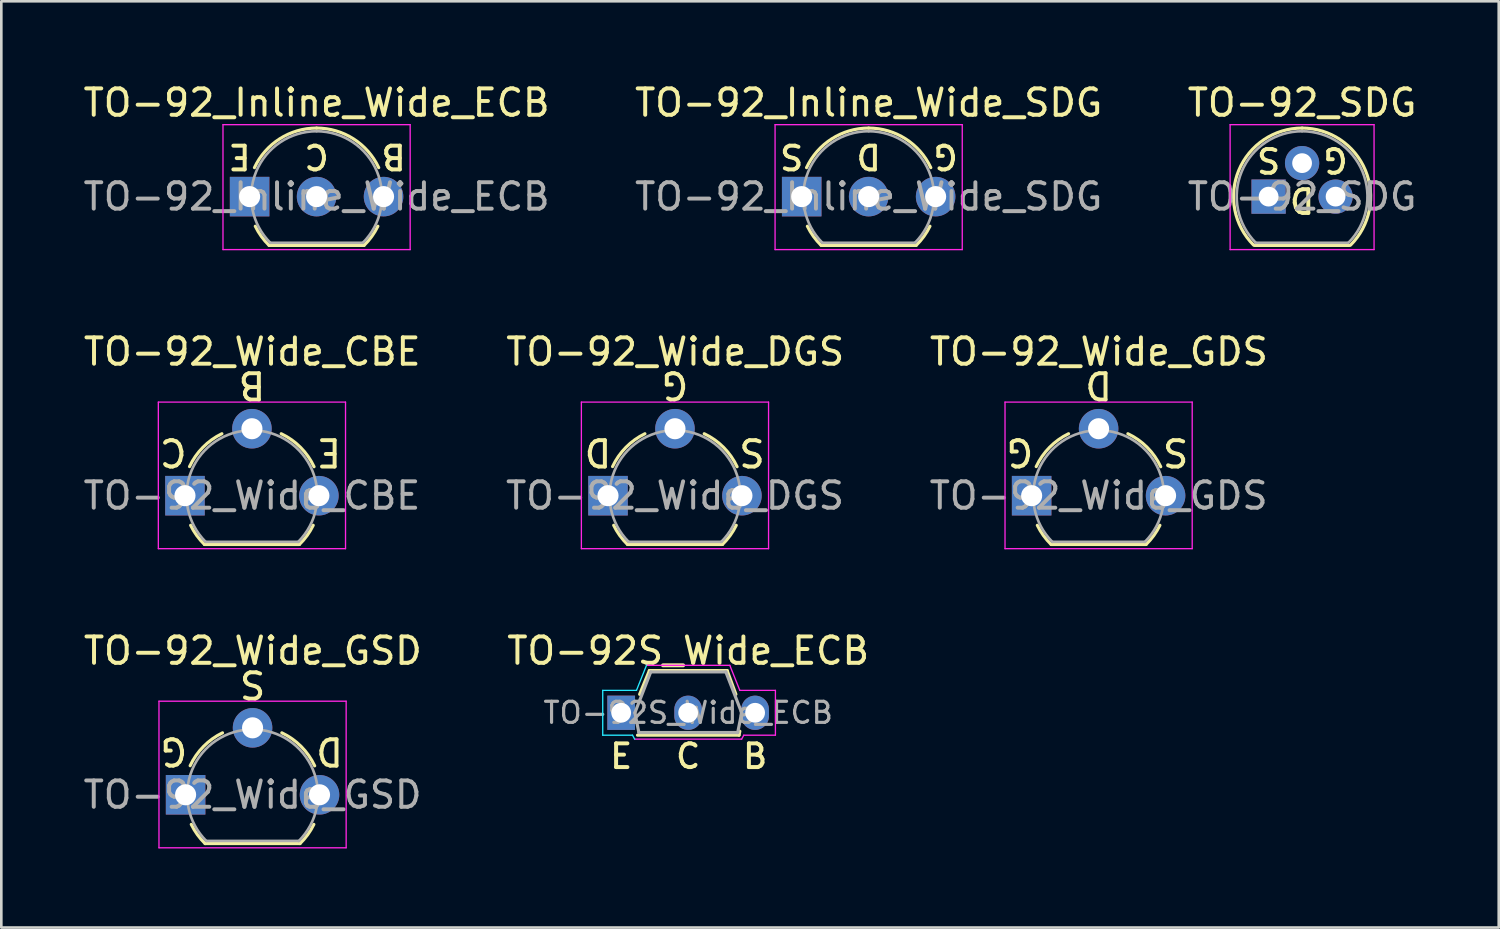
<source format=kicad_pcb>
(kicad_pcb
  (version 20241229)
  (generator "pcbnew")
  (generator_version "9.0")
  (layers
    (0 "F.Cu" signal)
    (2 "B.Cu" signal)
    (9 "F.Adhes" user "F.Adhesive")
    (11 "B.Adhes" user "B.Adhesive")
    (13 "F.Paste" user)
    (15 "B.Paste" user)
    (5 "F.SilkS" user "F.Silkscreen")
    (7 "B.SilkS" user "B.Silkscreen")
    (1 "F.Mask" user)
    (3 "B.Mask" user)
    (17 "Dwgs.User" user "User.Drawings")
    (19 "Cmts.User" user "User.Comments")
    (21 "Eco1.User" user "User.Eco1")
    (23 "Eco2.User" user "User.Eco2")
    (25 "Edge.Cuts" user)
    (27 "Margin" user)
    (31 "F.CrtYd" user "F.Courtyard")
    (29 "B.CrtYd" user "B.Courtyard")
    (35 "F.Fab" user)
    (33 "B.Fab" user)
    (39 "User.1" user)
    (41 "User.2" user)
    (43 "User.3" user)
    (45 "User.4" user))
  (footprint "TO-92_Wide_CBE"
    (layer "F.Cu")
    (at 3.966 15.752)
    (property "Reference" "TO-92_Wide_CBE" (at 2.55 -5.461 0) (layer "F.SilkS") (effects (font (size 1 1) (thickness 0.15))))
    (fp_line (start 0.74 1.85) (end 4.34 1.85) (stroke (width 0.12) (type solid)) (layer "F.SilkS"))
    (fp_arc (start 0.172801 -1.103842) (mid 0.678995 -1.832692) (end 1.4 -2.35) (stroke (width 0.12) (type solid)) (layer "F.SilkS"))
    (fp_arc (start 0.74 1.85) (mid 0.446097 1.509328) (end 0.215816 1.122795) (stroke (width 0.12) (type solid)) (layer "F.SilkS"))
    (fp_arc (start 3.65 -2.35) (mid 4.382279 -1.833196) (end 4.895458 -1.098371) (stroke (width 0.12) (type solid)) (layer "F.SilkS"))
    (fp_arc (start 4.864184 1.122795) (mid 4.633903 1.509328) (end 4.34 1.85) (stroke (width 0.12) (type solid)) (layer "F.SilkS"))
    (fp_line (start -1.01 -3.55) (end -1.01 2.01) (stroke (width 0.05) (type solid)) (layer "F.CrtYd"))
    (fp_line (start -1.01 -3.55) (end 6.09 -3.55) (stroke (width 0.05) (type solid)) (layer "F.CrtYd"))
    (fp_line (start 6.09 2.01) (end -1.01 2.01) (stroke (width 0.05) (type solid)) (layer "F.CrtYd"))
    (fp_line (start 6.09 2.01) (end 6.09 -3.55) (stroke (width 0.05) (type solid)) (layer "F.CrtYd"))
    (fp_line (start 0.8 1.75) (end 4.3 1.75) (stroke (width 0.1) (type solid)) (layer "F.Fab"))
    (fp_arc (start 0.786375 1.753625) (mid 0.248779 -0.949055) (end 2.54 -2.48) (stroke (width 0.1) (type solid)) (layer "F.Fab"))
    (fp_arc (start 2.54 -2.48) (mid 4.831221 -0.949055) (end 4.293625 1.753625) (stroke (width 0.1) (type solid)) (layer "F.Fab"))
    (fp_text user "B" (at 2.54 -4.191 180) (unlocked yes) (layer "F.SilkS") (effects (font (size 1 1) (thickness 0.15))))
    (fp_text user "C" (at -0.445 -1.651 180) (unlocked yes) (layer "F.SilkS") (effects (font (size 1 1) (thickness 0.15))))
    (fp_text user "E" (at 5.461 -1.651 180) (unlocked yes) (layer "F.SilkS") (effects (font (size 1 1) (thickness 0.15))))
    (fp_text user "${REFERENCE}" (at 2.54 0 0) (layer "F.Fab") (effects (font (size 1 1) (thickness 0.15))))
    (pad "1" thru_hole rect (at 0 0 90) (size 1.5 1.5) (drill 0.8) (layers "*.Cu" "*.Mask"))
    (pad "2" thru_hole circle (at 2.54 -2.54 90) (size 1.5 1.5) (drill 0.8) (layers "*.Cu" "*.Mask"))
    (pad "3" thru_hole circle (at 5.08 0 90) (size 1.5 1.5) (drill 0.8) (layers "*.Cu" "*.Mask")))
  (footprint "TO-92_Wide_GSD"
    (layer "F.Cu")
    (at 3.99 27.097)
    (property "Reference" "TO-92_Wide_GSD" (at 2.55 -5.461 0) (layer "F.SilkS") (effects (font (size 1 1) (thickness 0.15))))
    (fp_line (start 0.74 1.85) (end 4.34 1.85) (stroke (width 0.12) (type solid)) (layer "F.SilkS"))
    (fp_arc (start 0.172801 -1.103842) (mid 0.678995 -1.832692) (end 1.4 -2.35) (stroke (width 0.12) (type solid)) (layer "F.SilkS"))
    (fp_arc (start 0.74 1.85) (mid 0.446097 1.509328) (end 0.215816 1.122795) (stroke (width 0.12) (type solid)) (layer "F.SilkS"))
    (fp_arc (start 3.65 -2.35) (mid 4.382279 -1.833196) (end 4.895458 -1.098371) (stroke (width 0.12) (type solid)) (layer "F.SilkS"))
    (fp_arc (start 4.864184 1.122795) (mid 4.633903 1.509328) (end 4.34 1.85) (stroke (width 0.12) (type solid)) (layer "F.SilkS"))
    (fp_line (start -1.01 -3.55) (end -1.01 2.01) (stroke (width 0.05) (type solid)) (layer "F.CrtYd"))
    (fp_line (start -1.01 -3.55) (end 6.09 -3.55) (stroke (width 0.05) (type solid)) (layer "F.CrtYd"))
    (fp_line (start 6.09 2.01) (end -1.01 2.01) (stroke (width 0.05) (type solid)) (layer "F.CrtYd"))
    (fp_line (start 6.09 2.01) (end 6.09 -3.55) (stroke (width 0.05) (type solid)) (layer "F.CrtYd"))
    (fp_line (start 0.8 1.75) (end 4.3 1.75) (stroke (width 0.1) (type solid)) (layer "F.Fab"))
    (fp_arc (start 0.786375 1.753625) (mid 0.248779 -0.949055) (end 2.54 -2.48) (stroke (width 0.1) (type solid)) (layer "F.Fab"))
    (fp_arc (start 2.54 -2.48) (mid 4.831221 -0.949055) (end 4.293625 1.753625) (stroke (width 0.1) (type solid)) (layer "F.Fab"))
    (fp_text user "G" (at -0.445 -1.651 180) (unlocked yes) (layer "F.SilkS") (effects (font (size 1 1) (thickness 0.15))))
    (fp_text user "D" (at 5.461 -1.651 180) (unlocked yes) (layer "F.SilkS") (effects (font (size 1 1) (thickness 0.15))))
    (fp_text user "S" (at 2.54 -4.191 180) (unlocked yes) (layer "F.SilkS") (effects (font (size 1 1) (thickness 0.15))))
    (fp_text user "${REFERENCE}" (at 2.54 0 0) (layer "F.Fab") (effects (font (size 1 1) (thickness 0.15))))
    (pad "1" thru_hole rect (at 0 0 90) (size 1.5 1.5) (drill 0.8) (layers "*.Cu" "*.Mask"))
    (pad "2" thru_hole circle (at 2.54 -2.54 90) (size 1.5 1.5) (drill 0.8) (layers "*.Cu" "*.Mask"))
    (pad "3" thru_hole circle (at 5.08 0 90) (size 1.5 1.5) (drill 0.8) (layers "*.Cu" "*.Mask")))
  (footprint "TO-92S_Wide_ECB"
    (layer "F.Cu")
    (at 20.512 23.986)
    (property "Reference" "TO-92S_Wide_ECB" (at 2.54 -2.35 0) (layer "F.SilkS") (effects (font (size 1 1) (thickness 0.15))))
    (fp_line (start 0.62 0.85) (end 4.47 0.85) (stroke (width 0.12) (type solid)) (layer "F.SilkS"))
    (fp_line (start 1.07 -1.6) (end 0.7 -0.7) (stroke (width 0.12) (type solid)) (layer "F.SilkS"))
    (fp_line (start 4.02 -1.6) (end 1.07 -1.6) (stroke (width 0.12) (type solid)) (layer "F.SilkS"))
    (fp_line (start 4.35 -0.7) (end 4.02 -1.6) (stroke (width 0.12) (type solid)) (layer "F.SilkS"))
    (fp_line (start 4.47 0.85) (end 4.5 0.7) (stroke (width 0.12) (type solid)) (layer "F.SilkS"))
    (fp_line (start -0.7 -0.85) (end -0.7 0.85) (stroke (width 0.05) (type solid)) (layer "B.CrtYd"))
    (fp_line (start -0.7 0.85) (end 0.43 0.85) (stroke (width 0.05) (type solid)) (layer "B.CrtYd"))
    (fp_line (start 0.51 1) (end 0.43 0.85) (stroke (width 0.05) (type solid)) (layer "B.CrtYd"))
    (fp_line (start 0.58 -0.85) (end -0.7 -0.85) (stroke (width 0.05) (type solid)) (layer "B.CrtYd"))
    (fp_line (start 0.58 -0.85) (end 0.96 -1.8) (stroke (width 0.05) (type solid)) (layer "B.CrtYd"))
    (fp_line (start 0.52 1) (end 4.57 1) (stroke (width 0.05) (type solid)) (layer "F.CrtYd"))
    (fp_line (start 4.12 -1.8) (end 0.97 -1.8) (stroke (width 0.05) (type solid)) (layer "F.CrtYd"))
    (fp_line (start 4.5 -0.85) (end 4.12 -1.8) (stroke (width 0.05) (type solid)) (layer "F.CrtYd"))
    (fp_line (start 4.5 -0.85) (end 5.85 -0.85) (stroke (width 0.05) (type solid)) (layer "F.CrtYd"))
    (fp_line (start 4.57 1) (end 4.65 0.85) (stroke (width 0.05) (type solid)) (layer "F.CrtYd"))
    (fp_line (start 5.85 -0.85) (end 5.85 0.85) (stroke (width 0.05) (type solid)) (layer "F.CrtYd"))
    (fp_line (start 5.85 0.85) (end 4.65 0.85) (stroke (width 0.05) (type solid)) (layer "F.CrtYd"))
    (fp_line (start 0.52 0) (end 1.12 -1.55) (stroke (width 0.12) (type solid)) (layer "F.Fab"))
    (fp_line (start 0.67 0.75) (end 0.52 0) (stroke (width 0.12) (type solid)) (layer "F.Fab"))
    (fp_line (start 0.67 0.75) (end 4.42 0.75) (stroke (width 0.12) (type solid)) (layer "F.Fab"))
    (fp_line (start 1.12 -1.55) (end 3.97 -1.55) (stroke (width 0.12) (type solid)) (layer "F.Fab"))
    (fp_line (start 4.42 0.75) (end 4.57 0) (stroke (width 0.12) (type solid)) (layer "F.Fab"))
    (fp_line (start 4.57 0) (end 3.97 -1.55) (stroke (width 0.12) (type solid)) (layer "F.Fab"))
    (fp_text user "E" (at 0 1.651 0) (unlocked yes) (layer "F.SilkS") (effects (font (size 0.9 0.9) (thickness 0.15))))
    (fp_text user "B" (at 5.08 1.651 0) (unlocked yes) (layer "F.SilkS") (effects (font (size 0.9 0.9) (thickness 0.15))))
    (fp_text user "C" (at 2.54 1.651 0) (unlocked yes) (layer "F.SilkS") (effects (font (size 0.9 0.9) (thickness 0.15))))
    (fp_text user "${REFERENCE}" (at 2.54 0 0) (layer "F.Fab") (effects (font (size 0.8 0.8) (thickness 0.12))))
    (pad "1" thru_hole rect (at 0 0 180) (size 1.05 1.3) (drill 0.75) (layers "*.Cu" "*.Mask"))
    (pad "2" thru_hole oval (at 2.54 0 180) (size 1.05 1.3) (drill 0.75) (layers "*.Cu" "*.Mask"))
    (pad "3" thru_hole oval (at 5.08 0 180) (size 1.05 1.3) (drill 0.75) (layers "*.Cu" "*.Mask")))
  (footprint "TO-92_Inline_Wide_ECB"
    (layer "F.Cu")
    (at 6.418 4.408)
    (property "Reference" "TO-92_Inline_Wide_ECB" (at 2.54 -3.56 0) (layer "F.SilkS") (effects (font (size 1 1) (thickness 0.15))))
    (fp_line (start 0.74 1.85) (end 4.34 1.85) (stroke (width 0.12) (type solid)) (layer "F.SilkS"))
    (fp_arc (start 0.1836 -1.098807) (mid 1.143021 -2.192817) (end 2.54 -2.6) (stroke (width 0.12) (type solid)) (layer "F.SilkS"))
    (fp_arc (start 0.74 1.85) (mid 0.446097 1.509328) (end 0.215816 1.122795) (stroke (width 0.12) (type solid)) (layer "F.SilkS"))
    (fp_arc (start 2.54 -2.6) (mid 3.936979 -2.192818) (end 4.8964 -1.098807) (stroke (width 0.12) (type solid)) (layer "F.SilkS"))
    (fp_arc (start 4.864184 1.122795) (mid 4.633903 1.509328) (end 4.34 1.85) (stroke (width 0.12) (type solid)) (layer "F.SilkS"))
    (fp_line (start -1.01 -2.73) (end -1.01 2.01) (stroke (width 0.05) (type solid)) (layer "F.CrtYd"))
    (fp_line (start -1.01 -2.73) (end 6.09 -2.73) (stroke (width 0.05) (type solid)) (layer "F.CrtYd"))
    (fp_line (start 6.09 2.01) (end -1.01 2.01) (stroke (width 0.05) (type solid)) (layer "F.CrtYd"))
    (fp_line (start 6.09 2.01) (end 6.09 -2.73) (stroke (width 0.05) (type solid)) (layer "F.CrtYd"))
    (fp_line (start 0.8 1.75) (end 4.3 1.75) (stroke (width 0.1) (type solid)) (layer "F.Fab"))
    (fp_arc (start 0.786375 1.753625) (mid 0.248779 -0.949055) (end 2.54 -2.48) (stroke (width 0.1) (type solid)) (layer "F.Fab"))
    (fp_arc (start 2.54 -2.48) (mid 4.831221 -0.949055) (end 4.293625 1.753625) (stroke (width 0.1) (type solid)) (layer "F.Fab"))
    (fp_text user "E" (at -0.381 -1.524 180) (unlocked yes) (layer "F.SilkS") (effects (font (size 0.9 0.9) (thickness 0.15))))
    (fp_text user "C" (at 2.54 -1.524 180) (unlocked yes) (layer "F.SilkS") (effects (font (size 0.9 0.9) (thickness 0.15))))
    (fp_text user "B" (at 5.461 -1.524 180) (unlocked yes) (layer "F.SilkS") (effects (font (size 0.9 0.9) (thickness 0.15))))
    (fp_text user "${REFERENCE}" (at 2.54 0 0) (layer "F.Fab") (effects (font (size 1 1) (thickness 0.15))))
    (pad "1" thru_hole rect (at 0 0 90) (size 1.5 1.5) (drill 0.8) (layers "*.Cu" "*.Mask"))
    (pad "2" thru_hole circle (at 2.54 0 90) (size 1.5 1.5) (drill 0.8) (layers "*.Cu" "*.Mask"))
    (pad "3" thru_hole circle (at 5.08 0 90) (size 1.5 1.5) (drill 0.8) (layers "*.Cu" "*.Mask")))
  (footprint "TO-92_Inline_Wide_SDG"
    (layer "F.Cu")
    (at 27.359 4.408)
    (property "Reference" "TO-92_Inline_Wide_SDG" (at 2.54 -3.56 0) (layer "F.SilkS") (effects (font (size 1 1) (thickness 0.15))))
    (fp_line (start 0.74 1.85) (end 4.34 1.85) (stroke (width 0.12) (type solid)) (layer "F.SilkS"))
    (fp_arc (start 0.1836 -1.098807) (mid 1.143021 -2.192817) (end 2.54 -2.6) (stroke (width 0.12) (type solid)) (layer "F.SilkS"))
    (fp_arc (start 0.74 1.85) (mid 0.446097 1.509328) (end 0.215816 1.122795) (stroke (width 0.12) (type solid)) (layer "F.SilkS"))
    (fp_arc (start 2.54 -2.6) (mid 3.936979 -2.192818) (end 4.8964 -1.098807) (stroke (width 0.12) (type solid)) (layer "F.SilkS"))
    (fp_arc (start 4.864184 1.122795) (mid 4.633903 1.509328) (end 4.34 1.85) (stroke (width 0.12) (type solid)) (layer "F.SilkS"))
    (fp_line (start -1.01 -2.73) (end -1.01 2.01) (stroke (width 0.05) (type solid)) (layer "F.CrtYd"))
    (fp_line (start -1.01 -2.73) (end 6.09 -2.73) (stroke (width 0.05) (type solid)) (layer "F.CrtYd"))
    (fp_line (start 6.09 2.01) (end -1.01 2.01) (stroke (width 0.05) (type solid)) (layer "F.CrtYd"))
    (fp_line (start 6.09 2.01) (end 6.09 -2.73) (stroke (width 0.05) (type solid)) (layer "F.CrtYd"))
    (fp_line (start 0.8 1.75) (end 4.3 1.75) (stroke (width 0.1) (type solid)) (layer "F.Fab"))
    (fp_arc (start 0.786375 1.753625) (mid 0.248779 -0.949055) (end 2.54 -2.48) (stroke (width 0.1) (type solid)) (layer "F.Fab"))
    (fp_arc (start 2.54 -2.48) (mid 4.831221 -0.949055) (end 4.293625 1.753625) (stroke (width 0.1) (type solid)) (layer "F.Fab"))
    (fp_text user "D" (at 2.54 -1.524 180) (unlocked yes) (layer "F.SilkS") (effects (font (size 0.9 0.9) (thickness 0.15))))
    (fp_text user "S" (at -0.381 -1.524 180) (unlocked yes) (layer "F.SilkS") (effects (font (size 0.9 0.9) (thickness 0.15))))
    (fp_text user "G" (at 5.461 -1.524 180) (unlocked yes) (layer "F.SilkS") (effects (font (size 0.9 0.9) (thickness 0.15))))
    (fp_text user "${REFERENCE}" (at 2.54 0 0) (layer "F.Fab") (effects (font (size 1 1) (thickness 0.15))))
    (pad "1" thru_hole rect (at 0 0 90) (size 1.5 1.5) (drill 0.8) (layers "*.Cu" "*.Mask"))
    (pad "2" thru_hole circle (at 2.54 0 90) (size 1.5 1.5) (drill 0.8) (layers "*.Cu" "*.Mask"))
    (pad "3" thru_hole circle (at 5.08 0 90) (size 1.5 1.5) (drill 0.8) (layers "*.Cu" "*.Mask")))
  (footprint "TO-92_SDG"
    (layer "F.Cu")
    (at 45.069 4.408)
    (property "Reference" "TO-92_SDG" (at 1.27 -3.56 0) (layer "F.SilkS") (effects (font (size 1 1) (thickness 0.15))))
    (fp_line (start -0.53 1.85) (end 3.07 1.85) (stroke (width 0.12) (type solid)) (layer "F.SilkS"))
    (fp_arc (start -0.568478 1.838478) (mid -1.132087 -0.994977) (end 1.27 -2.6) (stroke (width 0.12) (type solid)) (layer "F.SilkS"))
    (fp_arc (start 1.27 -2.6) (mid 3.672087 -0.994977) (end 3.108478 1.838478) (stroke (width 0.12) (type solid)) (layer "F.SilkS"))
    (fp_line (start -1.46 -2.73) (end -1.46 2.01) (stroke (width 0.05) (type solid)) (layer "F.CrtYd"))
    (fp_line (start -1.46 -2.73) (end 4 -2.73) (stroke (width 0.05) (type solid)) (layer "F.CrtYd"))
    (fp_line (start 4 2.01) (end -1.46 2.01) (stroke (width 0.05) (type solid)) (layer "F.CrtYd"))
    (fp_line (start 4 2.01) (end 4 -2.73) (stroke (width 0.05) (type solid)) (layer "F.CrtYd"))
    (fp_line (start -0.5 1.75) (end 3 1.75) (stroke (width 0.1) (type solid)) (layer "F.Fab"))
    (fp_arc (start -0.483625 1.753625) (mid -1.021221 -0.949055) (end 1.27 -2.48) (stroke (width 0.1) (type solid)) (layer "F.Fab"))
    (fp_arc (start 1.27 -2.48) (mid 3.561221 -0.949055) (end 3.023625 1.753625) (stroke (width 0.1) (type solid)) (layer "F.Fab"))
    (fp_text user "S" (at 0 -1.397 180) (unlocked yes) (layer "F.SilkS") (effects (font (size 0.9 0.9) (thickness 0.15))))
    (fp_text user "D" (at 1.27 0.127 180) (unlocked yes) (layer "F.SilkS") (effects (font (size 0.9 0.9) (thickness 0.15))))
    (fp_text user "G" (at 2.54 -1.397 180) (unlocked yes) (layer "F.SilkS") (effects (font (size 0.9 0.9) (thickness 0.15))))
    (fp_text user "${REFERENCE}" (at 1.27 0 0) (layer "F.Fab") (effects (font (size 1 1) (thickness 0.15))))
    (pad "1" thru_hole rect (at 0 0 90) (size 1.3 1.3) (drill 0.75) (layers "*.Cu" "*.Mask"))
    (pad "2" thru_hole circle (at 1.27 -1.27 90) (size 1.3 1.3) (drill 0.75) (layers "*.Cu" "*.Mask"))
    (pad "3" thru_hole circle (at 2.54 0 90) (size 1.3 1.3) (drill 0.75) (layers "*.Cu" "*.Mask")))
  (footprint "TO-92_Wide_DGS"
    (layer "F.Cu")
    (at 20.012 15.752)
    (property "Reference" "TO-92_Wide_DGS" (at 2.55 -5.461 0) (layer "F.SilkS") (effects (font (size 1 1) (thickness 0.15))))
    (fp_line (start 0.74 1.85) (end 4.34 1.85) (stroke (width 0.12) (type solid)) (layer "F.SilkS"))
    (fp_arc (start 0.172801 -1.103842) (mid 0.678995 -1.832692) (end 1.4 -2.35) (stroke (width 0.12) (type solid)) (layer "F.SilkS"))
    (fp_arc (start 0.74 1.85) (mid 0.446097 1.509328) (end 0.215816 1.122795) (stroke (width 0.12) (type solid)) (layer "F.SilkS"))
    (fp_arc (start 3.65 -2.35) (mid 4.382279 -1.833196) (end 4.895458 -1.098371) (stroke (width 0.12) (type solid)) (layer "F.SilkS"))
    (fp_arc (start 4.864184 1.122795) (mid 4.633903 1.509328) (end 4.34 1.85) (stroke (width 0.12) (type solid)) (layer "F.SilkS"))
    (fp_line (start -1.01 -3.55) (end -1.01 2.01) (stroke (width 0.05) (type solid)) (layer "F.CrtYd"))
    (fp_line (start -1.01 -3.55) (end 6.09 -3.55) (stroke (width 0.05) (type solid)) (layer "F.CrtYd"))
    (fp_line (start 6.09 2.01) (end -1.01 2.01) (stroke (width 0.05) (type solid)) (layer "F.CrtYd"))
    (fp_line (start 6.09 2.01) (end 6.09 -3.55) (stroke (width 0.05) (type solid)) (layer "F.CrtYd"))
    (fp_line (start 0.8 1.75) (end 4.3 1.75) (stroke (width 0.1) (type solid)) (layer "F.Fab"))
    (fp_arc (start 0.786375 1.753625) (mid 0.248779 -0.949055) (end 2.54 -2.48) (stroke (width 0.1) (type solid)) (layer "F.Fab"))
    (fp_arc (start 2.54 -2.48) (mid 4.831221 -0.949055) (end 4.293625 1.753625) (stroke (width 0.1) (type solid)) (layer "F.Fab"))
    (fp_text user "D" (at -0.381 -1.651 180) (unlocked yes) (layer "F.SilkS") (effects (font (size 1 1) (thickness 0.15))))
    (fp_text user "S" (at 5.461 -1.651 180) (unlocked yes) (layer "F.SilkS") (effects (font (size 1 1) (thickness 0.15))))
    (fp_text user "G" (at 2.54 -4.191 180) (unlocked yes) (layer "F.SilkS") (effects (font (size 1 1) (thickness 0.15))))
    (fp_text user "${REFERENCE}" (at 2.54 0 0) (layer "F.Fab") (effects (font (size 1 1) (thickness 0.15))))
    (pad "1" thru_hole rect (at 0 0 90) (size 1.5 1.5) (drill 0.8) (layers "*.Cu" "*.Mask"))
    (pad "2" thru_hole circle (at 2.54 -2.54 90) (size 1.5 1.5) (drill 0.8) (layers "*.Cu" "*.Mask"))
    (pad "3" thru_hole circle (at 5.08 0 90) (size 1.5 1.5) (drill 0.8) (layers "*.Cu" "*.Mask")))
  (footprint "TO-92_Wide_GDS"
    (layer "F.Cu")
    (at 36.081 15.752)
    (property "Reference" "TO-92_Wide_GDS" (at 2.55 -5.461 0) (layer "F.SilkS") (effects (font (size 1 1) (thickness 0.15))))
    (fp_line (start 0.74 1.85) (end 4.34 1.85) (stroke (width 0.12) (type solid)) (layer "F.SilkS"))
    (fp_arc (start 0.172801 -1.103842) (mid 0.678995 -1.832692) (end 1.4 -2.35) (stroke (width 0.12) (type solid)) (layer "F.SilkS"))
    (fp_arc (start 0.74 1.85) (mid 0.446097 1.509328) (end 0.215816 1.122795) (stroke (width 0.12) (type solid)) (layer "F.SilkS"))
    (fp_arc (start 3.65 -2.35) (mid 4.382279 -1.833196) (end 4.895458 -1.098371) (stroke (width 0.12) (type solid)) (layer "F.SilkS"))
    (fp_arc (start 4.864184 1.122795) (mid 4.633903 1.509328) (end 4.34 1.85) (stroke (width 0.12) (type solid)) (layer "F.SilkS"))
    (fp_line (start -1.01 -3.55) (end -1.01 2.01) (stroke (width 0.05) (type solid)) (layer "F.CrtYd"))
    (fp_line (start -1.01 -3.55) (end 6.09 -3.55) (stroke (width 0.05) (type solid)) (layer "F.CrtYd"))
    (fp_line (start 6.09 2.01) (end -1.01 2.01) (stroke (width 0.05) (type solid)) (layer "F.CrtYd"))
    (fp_line (start 6.09 2.01) (end 6.09 -3.55) (stroke (width 0.05) (type solid)) (layer "F.CrtYd"))
    (fp_line (start 0.8 1.75) (end 4.3 1.75) (stroke (width 0.1) (type solid)) (layer "F.Fab"))
    (fp_arc (start 0.786375 1.753625) (mid 0.248779 -0.949055) (end 2.54 -2.48) (stroke (width 0.1) (type solid)) (layer "F.Fab"))
    (fp_arc (start 2.54 -2.48) (mid 4.831221 -0.949055) (end 4.293625 1.753625) (stroke (width 0.1) (type solid)) (layer "F.Fab"))
    (fp_text user "D" (at 2.54 -4.191 180) (unlocked yes) (layer "F.SilkS") (effects (font (size 1 1) (thickness 0.15))))
    (fp_text user "G" (at -0.445 -1.651 180) (unlocked yes) (layer "F.SilkS") (effects (font (size 1 1) (thickness 0.15))))
    (fp_text user "S" (at 5.461 -1.651 180) (unlocked yes) (layer "F.SilkS") (effects (font (size 1 1) (thickness 0.15))))
    (fp_text user "${REFERENCE}" (at 2.54 0 0) (layer "F.Fab") (effects (font (size 1 1) (thickness 0.15))))
    (pad "1" thru_hole rect (at 0 0 90) (size 1.5 1.5) (drill 0.8) (layers "*.Cu" "*.Mask"))
    (pad "2" thru_hole circle (at 2.54 -2.54 90) (size 1.5 1.5) (drill 0.8) (layers "*.Cu" "*.Mask"))
    (pad "3" thru_hole circle (at 5.08 0 90) (size 1.5 1.5) (drill 0.8) (layers "*.Cu" "*.Mask")))
  (gr_rect
    (start -3 -3)
    (end 53.798 32.132)
    (stroke (width 0.1) (type default))
    (fill no)
    (layer "Edge.Cuts")))
</source>
